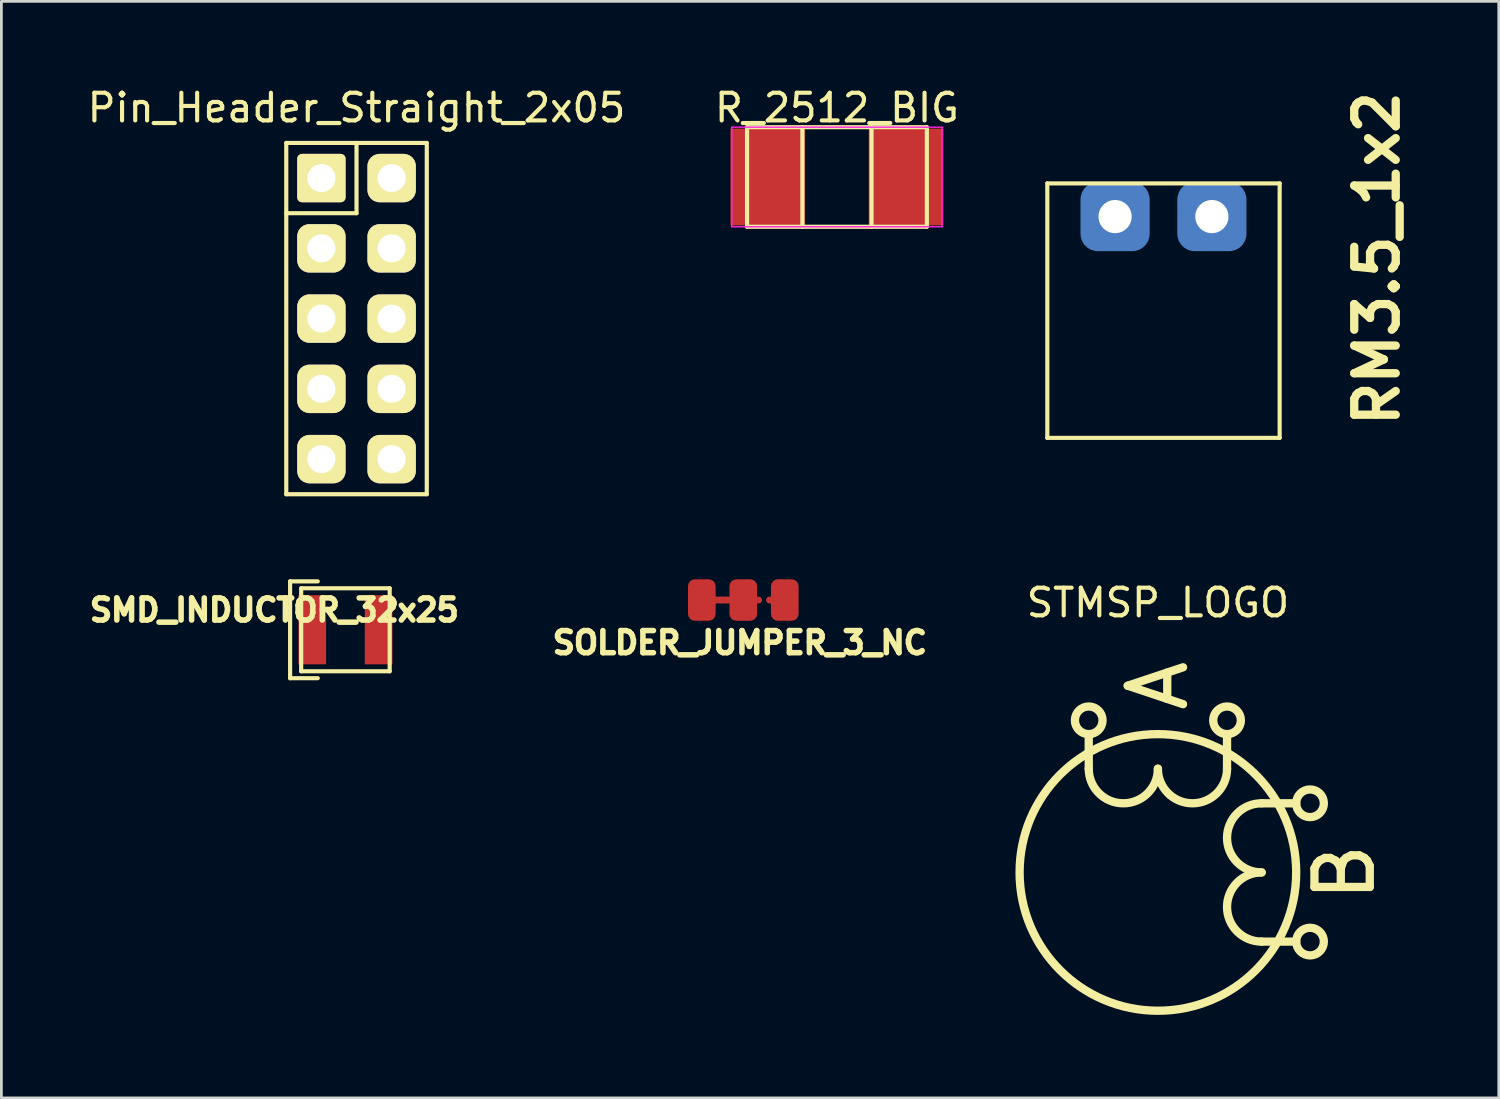
<source format=kicad_pcb>
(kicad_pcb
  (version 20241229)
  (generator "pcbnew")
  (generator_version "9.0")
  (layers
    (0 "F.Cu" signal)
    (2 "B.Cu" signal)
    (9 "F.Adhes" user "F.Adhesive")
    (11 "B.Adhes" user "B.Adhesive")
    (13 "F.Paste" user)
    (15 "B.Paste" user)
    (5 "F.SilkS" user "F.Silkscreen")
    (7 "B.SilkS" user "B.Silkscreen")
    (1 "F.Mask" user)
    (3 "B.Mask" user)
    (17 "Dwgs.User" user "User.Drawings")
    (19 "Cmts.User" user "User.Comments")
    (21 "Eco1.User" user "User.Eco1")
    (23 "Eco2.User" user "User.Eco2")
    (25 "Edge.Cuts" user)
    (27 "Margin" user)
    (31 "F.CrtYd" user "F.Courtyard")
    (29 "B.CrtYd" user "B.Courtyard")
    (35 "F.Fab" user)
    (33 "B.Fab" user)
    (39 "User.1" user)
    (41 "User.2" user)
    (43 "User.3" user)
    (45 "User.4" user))
  (footprint "Pin_Header_Straight_2x05"
    (layer "F.Cu")
    (at 9.839 8.468)
    (property "Reference" "Pin_Header_Straight_2x05" (at 0 -7.62 0) (layer "F.SilkS") (effects (font (size 1 1) (thickness 0.15))))
    (attr through_hole)
    (fp_line (start -2.54 -6.35) (end 2.54 -6.35) (stroke (width 0.15) (type solid)) (layer "F.SilkS"))
    (fp_line (start -2.54 6.35) (end -2.54 -6.35) (stroke (width 0.15) (type solid)) (layer "F.SilkS"))
    (fp_line (start 0 -6.35) (end 0 -3.81) (stroke (width 0.15) (type solid)) (layer "F.SilkS"))
    (fp_line (start 0 -3.81) (end -2.54 -3.81) (stroke (width 0.15) (type solid)) (layer "F.SilkS"))
    (fp_line (start 2.54 -6.35) (end 2.54 6.35) (stroke (width 0.15) (type solid)) (layer "F.SilkS"))
    (fp_line (start 2.54 6.35) (end -2.54 6.35) (stroke (width 0.15) (type solid)) (layer "F.SilkS"))
    (pad "1" thru_hole roundrect (at -1.27 -5.08) (size 1.75 1.75) (drill 1.016) (layers "*.Cu" "*.Mask" "F.SilkS") (roundrect_rratio 0.1))
    (pad "2" thru_hole roundrect (at 1.27 -5.08) (size 1.75 1.75) (drill 1.016) (layers "*.Cu" "*.Mask" "F.SilkS") (roundrect_rratio 0.25))
    (pad "3" thru_hole roundrect (at -1.27 -2.54) (size 1.75 1.75) (drill 1.016) (layers "*.Cu" "*.Mask" "F.SilkS") (roundrect_rratio 0.25))
    (pad "4" thru_hole roundrect (at 1.27 -2.54) (size 1.75 1.75) (drill 1.016) (layers "*.Cu" "*.Mask" "F.SilkS") (roundrect_rratio 0.25))
    (pad "5" thru_hole roundrect (at -1.27 0) (size 1.75 1.75) (drill 1.016) (layers "*.Cu" "*.Mask" "F.SilkS") (roundrect_rratio 0.25))
    (pad "6" thru_hole roundrect (at 1.27 0) (size 1.75 1.75) (drill 1.016) (layers "*.Cu" "*.Mask" "F.SilkS") (roundrect_rratio 0.25))
    (pad "7" thru_hole roundrect (at -1.27 2.54) (size 1.75 1.75) (drill 1.016) (layers "*.Cu" "*.Mask" "F.SilkS") (roundrect_rratio 0.25))
    (pad "8" thru_hole roundrect (at 1.27 2.54) (size 1.75 1.75) (drill 1.016) (layers "*.Cu" "*.Mask" "F.SilkS") (roundrect_rratio 0.25))
    (pad "9" thru_hole roundrect (at -1.27 5.08) (size 1.75 1.75) (drill 1.016) (layers "*.Cu" "*.Mask" "F.SilkS") (roundrect_rratio 0.25))
    (pad "10" thru_hole roundrect (at 1.27 5.08) (size 1.75 1.75) (drill 1.016) (layers "*.Cu" "*.Mask" "F.SilkS") (roundrect_rratio 0.25)))
  (footprint "R_2512_BIG"
    (layer "F.Cu")
    (at 27.208 3.348)
    (property "Reference" "R_2512_BIG" (at 0 -2.5 0) (layer "F.SilkS") (effects (font (size 1 1) (thickness 0.15))))
    (attr smd)
    (fp_line (start -3.25 -1.8) (end -3.25 1.8) (stroke (width 0.15) (type solid)) (layer "F.SilkS"))
    (fp_line (start -3.25 1.8) (end 3.25 1.8) (stroke (width 0.15) (type solid)) (layer "F.SilkS"))
    (fp_line (start -1.25 -1.8) (end -1.25 1.8) (stroke (width 0.15) (type solid)) (layer "F.SilkS"))
    (fp_line (start 1.25 1.8) (end 1.25 -1.8) (stroke (width 0.15) (type solid)) (layer "F.SilkS"))
    (fp_line (start 3.25 -1.8) (end -3.25 -1.8) (stroke (width 0.15) (type solid)) (layer "F.SilkS"))
    (fp_line (start 3.25 1.8) (end 3.25 -1.8) (stroke (width 0.15) (type solid)) (layer "F.SilkS"))
    (fp_line (start -3.8 -1.8) (end -3.8 1.8) (stroke (width 0.05) (type solid)) (layer "F.CrtYd"))
    (fp_line (start -3.8 -1.8) (end 3.8 -1.8) (stroke (width 0.05) (type solid)) (layer "F.CrtYd"))
    (fp_line (start -3.8 1.8) (end 3.8 1.8) (stroke (width 0.05) (type solid)) (layer "F.CrtYd"))
    (fp_line (start 3.8 -1.8) (end 3.8 1.8) (stroke (width 0.05) (type solid)) (layer "F.CrtYd"))
    (pad "1" smd rect (at -2.5 0) (size 2.7 3.5) (layers "F.Cu" "F.Mask" "F.Paste"))
    (pad "2" smd rect (at 2.5 0) (size 2.7 3.5) (layers "F.Cu" "F.Mask" "F.Paste")))
  (footprint "STMSP_LOGO"
    (layer "F.Cu")
    (at 38.811 28.741)
    (property "Reference" "STMSP_LOGO" (at 0 -10 0) (layer "F.SilkS") (effects (font (size 1 1) (thickness 0.15))))
    (attr exclude_from_pos_files exclude_from_bom)
    (fp_line (start -2.5 -4) (end -2.5 -5.25) (stroke (width 0.3) (type solid)) (layer "F.SilkS"))
    (fp_line (start 2.5 -4) (end 2.5 -5.25) (stroke (width 0.3) (type solid)) (layer "F.SilkS"))
    (fp_line (start 3.75 -2.75) (end 5 -2.75) (stroke (width 0.3) (type solid)) (layer "F.SilkS"))
    (fp_line (start 3.75 2.25) (end 5 2.25) (stroke (width 0.3) (type solid)) (layer "F.SilkS"))
    (fp_arc (start 0 -4) (mid -1.25 -2.75) (end -2.5 -4) (stroke (width 0.3) (type solid)) (layer "F.SilkS"))
    (fp_arc (start 2.5 -4) (mid 1.25 -2.75) (end 0 -4) (stroke (width 0.3) (type solid)) (layer "F.SilkS"))
    (fp_arc (start 3.75 -0.25) (mid 2.5 -1.5) (end 3.75 -2.75) (stroke (width 0.3) (type solid)) (layer "F.SilkS"))
    (fp_arc (start 3.75 2.25) (mid 2.5 1) (end 3.75 -0.25) (stroke (width 0.3) (type solid)) (layer "F.SilkS"))
    (fp_circle (center -2.5 -5.75) (end -2.5 -5.25) (stroke (width 0.3) (type solid)) (fill no) (layer "F.SilkS"))
    (fp_circle (center 0 -0.25) (end -5 -0.25) (stroke (width 0.3) (type solid)) (fill no) (layer "F.SilkS"))
    (fp_circle (center 2.5 -5.75) (end 2.5 -5.25) (stroke (width 0.3) (type solid)) (fill no) (layer "F.SilkS"))
    (fp_circle (center 5.5 -2.75) (end 5 -2.75) (stroke (width 0.3) (type solid)) (fill no) (layer "F.SilkS"))
    (fp_circle (center 5.5 2.25) (end 5 2.25) (stroke (width 0.3) (type solid)) (fill no) (layer "F.SilkS"))
    (fp_text user "A" (at 0 -7 90) (layer "F.SilkS") (effects (font (size 2 2) (thickness 0.3))))
    (fp_text user "B" (at 6.75 -0.25 270) (layer "F.SilkS") (effects (font (size 2 2) (thickness 0.3)))))
  (footprint "RM3.5_1x2"
    (layer "F.Cu")
    (at 39.013 4.78)
    (property "Reference" "RM3.5_1x2" (at 7.718 1.52 270) (layer "F.SilkS") (effects (font (size 1.5 1.5) (thickness 0.3))))
    (attr through_hole)
    (fp_line (start -4.2 -1.2) (end 4.2 -1.2) (stroke (width 0.15) (type solid)) (layer "F.SilkS"))
    (fp_line (start -4.2 8) (end -4.2 -1.2) (stroke (width 0.15) (type solid)) (layer "F.SilkS"))
    (fp_line (start -4.2 8) (end 4.2 8) (stroke (width 0.15) (type solid)) (layer "F.SilkS"))
    (fp_line (start 4.2 -1.2) (end 4.2 8) (stroke (width 0.15) (type solid)) (layer "F.SilkS"))
    (pad "1" thru_hole circle (at -1.75 0) (size 1.5 1.5) (drill 1.2) (layers "*.Cu" "*.Mask"))
    (pad "1" smd roundrect (at -1.75 0) (size 2.5 2.5) (layers "B.Cu" "B.Mask") (roundrect_rratio 0.25))
    (pad "2" thru_hole circle (at 1.75 0) (size 1.5 1.5) (drill 1.2) (layers "*.Cu" "*.Mask"))
    (pad "2" smd roundrect (at 1.75 0) (size 2.5 2.5) (layers "B.Cu" "B.Mask") (roundrect_rratio 0.25)))
  (footprint "SMD_INDUCTOR_32x25"
    (layer "F.Cu")
    (at 9.438 19.718)
    (property "Reference" "SMD_INDUCTOR_32x25" (at -2.57 -0.712 0) (layer "F.SilkS") (effects (font (size 0.8 0.8) (thickness 0.2))))
    (attr smd)
    (fp_line (start -2 -1.75) (end -2 1.75) (stroke (width 0.15) (type solid)) (layer "F.SilkS"))
    (fp_line (start -2 1.75) (end -1 1.75) (stroke (width 0.15) (type solid)) (layer "F.SilkS"))
    (fp_line (start -1.6 -1.5) (end -1.6 1.5) (stroke (width 0.15) (type solid)) (layer "F.SilkS"))
    (fp_line (start -1.6 1.5) (end 1.6 1.5) (stroke (width 0.15) (type solid)) (layer "F.SilkS"))
    (fp_line (start -1 -1.75) (end -2 -1.75) (stroke (width 0.15) (type solid)) (layer "F.SilkS"))
    (fp_line (start 1.6 -1.5) (end -1.6 -1.5) (stroke (width 0.15) (type solid)) (layer "F.SilkS"))
    (fp_line (start 1.6 1.5) (end 1.6 -1.5) (stroke (width 0.15) (type solid)) (layer "F.SilkS"))
    (pad "1" smd rect (at -1.2 0 90) (size 2.5 1) (layers "F.Cu" "F.Mask" "F.Paste"))
    (pad "2" smd rect (at 1.2 0 90) (size 2.5 1) (layers "F.Cu" "F.Mask" "F.Paste")))
  (footprint "SOLDER_JUMPER_3_NC"
    (layer "F.Cu")
    (at 23.822 18.643)
    (property "Reference" "SOLDER_JUMPER_3_NC" (at -0.124 1.544 0) (layer "F.SilkS") (effects (font (size 0.8 0.8) (thickness 0.2))))
    (attr smd)
    (fp_line (start -1.5 0) (end 0 0) (stroke (width 0.25) (type solid)) (layer "F.Cu"))
    (fp_line (start 0 0) (end 0.55 0) (stroke (width 0.25) (type solid)) (layer "F.Cu"))
    (fp_line (start 1.5 0) (end 0.95 0) (stroke (width 0.25) (type solid)) (layer "F.Cu"))
    (fp_line (start -1.5 0) (end 0 0) (stroke (width 0.45) (type solid)) (layer "F.Mask"))
    (fp_line (start 0 0) (end 1.5 0) (stroke (width 0.45) (type solid)) (layer "F.Mask"))
    (pad "1" smd roundrect (at -1.5 0) (size 1 1.5) (layers "F.Cu" "F.Mask") (roundrect_rratio 0.25))
    (pad "2" smd roundrect (at 0 0) (size 1 1.5) (layers "F.Cu" "F.Mask") (roundrect_rratio 0.25))
    (pad "3" smd roundrect (at 1.5 0) (size 1 1.5) (layers "F.Cu" "F.Mask") (roundrect_rratio 0.25)))
  (gr_rect
    (start -3 -3)
    (end 51.135 36.642)
    (stroke (width 0.1) (type default))
    (fill no)
    (layer "Edge.Cuts")))
</source>
